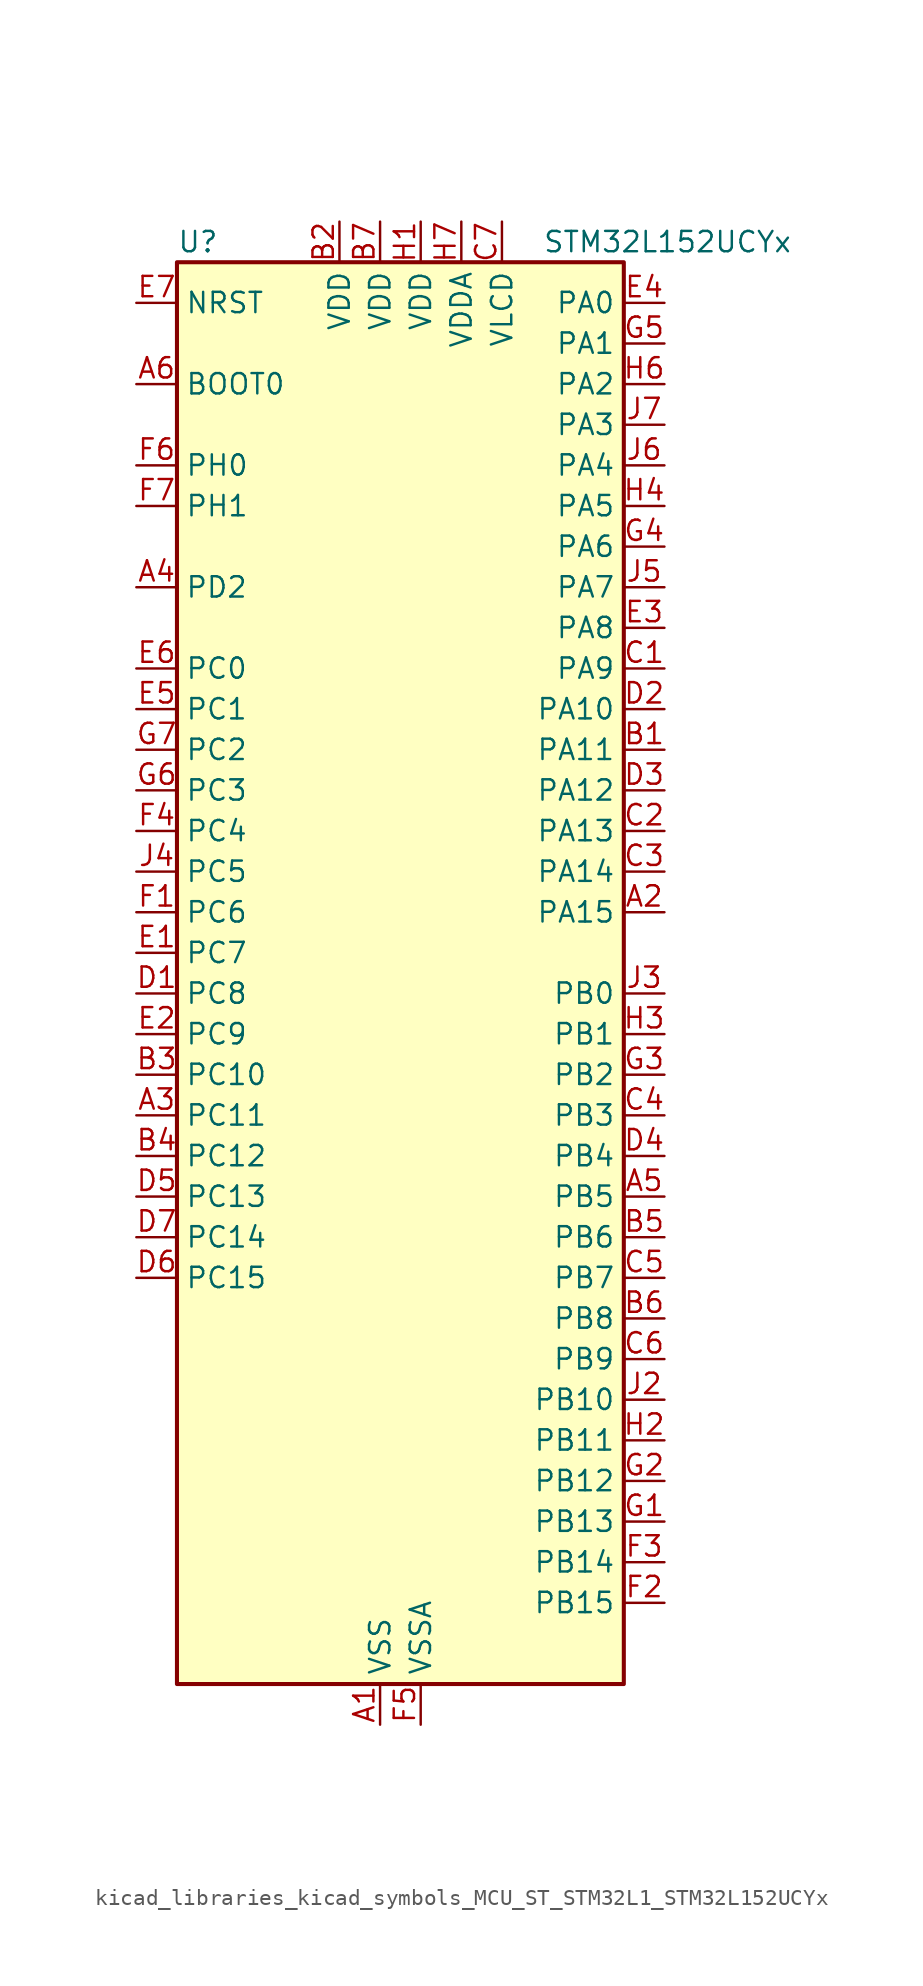
<source format=kicad_sym>
(kicad_symbol_lib
  (version 20220914)
  (generator kicad_symbol_editor)
  (symbol "kicad_libraries_kicad_symbols_MCU_ST_STM32L1_STM32L152UCYx"
    (property "Reference" "U"
      (at -12.7 46.99 0)
      (effects (font (size 1.27 1.27)) (justify left)))
    (property "Value" "STM32L152UCYx"
      (at 10.16 46.99 0)
      (effects (font (size 1.27 1.27)) (justify left)))
    (property "ki_locked" ""
      (at 0 0 0)
      (effects (font (size 1.27 1.27))))
    (symbol "kicad_libraries_kicad_symbols_MCU_ST_STM32L1_STM32L152UCYx_0_1"
      (rectangle (start -12.7 -43.18) (end 15.24 45.72) (stroke (width 0.254) (type default)) (fill (type background))))
    (symbol "kicad_libraries_kicad_symbols_MCU_ST_STM32L1_STM32L152UCYx_1_1"
      (pin power_in line (at 0 -45.72 90) (length 2.54) (name "VSS" (effects (font (size 1.27 1.27)))) (number "A1" (effects (font (size 1.27 1.27)))))
      (pin bidirectional line (at 17.78 5.08 180) (length 2.54) (name "PA15" (effects (font (size 1.27 1.27)))) (number "A2" (effects (font (size 1.27 1.27)))) (alternate "ADC_EXTI15" bidirectional line) (alternate "I2S3_WS" bidirectional line) (alternate "LCD_SEG17" bidirectional line) (alternate "SPI1_NSS" bidirectional line) (alternate "SPI3_NSS" bidirectional line) (alternate "SYS_JTDI" bidirectional line) (alternate "TIM2_CH1" bidirectional line) (alternate "TIM2_ETR" bidirectional line) (alternate "TIMX_IC4" bidirectional line) (alternate "TS_G5_IO3" bidirectional line))
      (pin bidirectional line (at -15.24 -7.62 0) (length 2.54) (name "PC11" (effects (font (size 1.27 1.27)))) (number "A3" (effects (font (size 1.27 1.27)))) (alternate "ADC_EXTI11" bidirectional line) (alternate "LCD_COM5" bidirectional line) (alternate "LCD_SEG29" bidirectional line) (alternate "SPI3_MISO" bidirectional line) (alternate "TIMX_IC4" bidirectional line) (alternate "USART3_RX" bidirectional line))
      (pin bidirectional line (at -15.24 25.4 0) (length 2.54) (name "PD2" (effects (font (size 1.27 1.27)))) (number "A4" (effects (font (size 1.27 1.27)))) (alternate "LCD_COM7" bidirectional line) (alternate "LCD_SEG31" bidirectional line) (alternate "TIM3_ETR" bidirectional line) (alternate "TIMX_IC3" bidirectional line))
      (pin bidirectional line (at 17.78 -12.7 180) (length 2.54) (name "PB5" (effects (font (size 1.27 1.27)))) (number "A5" (effects (font (size 1.27 1.27)))) (alternate "COMP2_INP" bidirectional line) (alternate "I2C1_SMBA" bidirectional line) (alternate "I2S3_SD" bidirectional line) (alternate "LCD_SEG9" bidirectional line) (alternate "SPI1_MOSI" bidirectional line) (alternate "SPI3_MOSI" bidirectional line) (alternate "TIM3_CH2" bidirectional line) (alternate "TS_G6_IO2" bidirectional line))
      (pin input line (at -15.24 38.1 0) (length 2.54) (name "BOOT0" (effects (font (size 1.27 1.27)))) (number "A6" (effects (font (size 1.27 1.27)))))
      (pin passive line (at 0 -45.72 90) (length 2.54) hide (name "VSS" (effects (font (size 1.27 1.27)))) (number "A7" (effects (font (size 1.27 1.27)))))
      (pin bidirectional line (at 17.78 15.24 180) (length 2.54) (name "PA11" (effects (font (size 1.27 1.27)))) (number "B1" (effects (font (size 1.27 1.27)))) (alternate "ADC_EXTI11" bidirectional line) (alternate "SPI1_MISO" bidirectional line) (alternate "TIMX_IC4" bidirectional line) (alternate "USART1_CTS" bidirectional line) (alternate "USB_DM" bidirectional line))
      (pin power_in line (at -2.54 48.26 270) (length 2.54) (name "VDD" (effects (font (size 1.27 1.27)))) (number "B2" (effects (font (size 1.27 1.27)))))
      (pin bidirectional line (at -15.24 -5.08 0) (length 2.54) (name "PC10" (effects (font (size 1.27 1.27)))) (number "B3" (effects (font (size 1.27 1.27)))) (alternate "I2S3_CK" bidirectional line) (alternate "LCD_COM4" bidirectional line) (alternate "LCD_SEG28" bidirectional line) (alternate "SPI3_SCK" bidirectional line) (alternate "TIMX_IC3" bidirectional line) (alternate "USART3_TX" bidirectional line))
      (pin bidirectional line (at -15.24 -10.16 0) (length 2.54) (name "PC12" (effects (font (size 1.27 1.27)))) (number "B4" (effects (font (size 1.27 1.27)))) (alternate "I2S3_SD" bidirectional line) (alternate "LCD_COM6" bidirectional line) (alternate "LCD_SEG30" bidirectional line) (alternate "SPI3_MOSI" bidirectional line) (alternate "TIMX_IC1" bidirectional line) (alternate "USART3_CK" bidirectional line))
      (pin bidirectional line (at 17.78 -15.24 180) (length 2.54) (name "PB6" (effects (font (size 1.27 1.27)))) (number "B5" (effects (font (size 1.27 1.27)))) (alternate "COMP2_INP" bidirectional line) (alternate "I2C1_SCL" bidirectional line) (alternate "TIM4_CH1" bidirectional line) (alternate "TS_G6_IO3" bidirectional line) (alternate "USART1_TX" bidirectional line))
      (pin bidirectional line (at 17.78 -20.32 180) (length 2.54) (name "PB8" (effects (font (size 1.27 1.27)))) (number "B6" (effects (font (size 1.27 1.27)))) (alternate "I2C1_SCL" bidirectional line) (alternate "LCD_SEG16" bidirectional line) (alternate "TIM10_CH1" bidirectional line) (alternate "TIM4_CH3" bidirectional line))
      (pin power_in line (at 0 48.26 270) (length 2.54) (name "VDD" (effects (font (size 1.27 1.27)))) (number "B7" (effects (font (size 1.27 1.27)))))
      (pin bidirectional line (at 17.78 20.32 180) (length 2.54) (name "PA9" (effects (font (size 1.27 1.27)))) (number "C1" (effects (font (size 1.27 1.27)))) (alternate "DAC_EXTI9" bidirectional line) (alternate "LCD_COM1" bidirectional line) (alternate "TIMX_IC2" bidirectional line) (alternate "TS_G4_IO2" bidirectional line) (alternate "USART1_TX" bidirectional line))
      (pin bidirectional line (at 17.78 10.16 180) (length 2.54) (name "PA13" (effects (font (size 1.27 1.27)))) (number "C2" (effects (font (size 1.27 1.27)))) (alternate "SYS_JTMS-SWDIO" bidirectional line) (alternate "TIMX_IC2" bidirectional line) (alternate "TS_G5_IO1" bidirectional line))
      (pin bidirectional line (at 17.78 7.62 180) (length 2.54) (name "PA14" (effects (font (size 1.27 1.27)))) (number "C3" (effects (font (size 1.27 1.27)))) (alternate "SYS_JTCK-SWCLK" bidirectional line) (alternate "TIMX_IC3" bidirectional line) (alternate "TS_G5_IO2" bidirectional line))
      (pin bidirectional line (at 17.78 -7.62 180) (length 2.54) (name "PB3" (effects (font (size 1.27 1.27)))) (number "C4" (effects (font (size 1.27 1.27)))) (alternate "COMP2_INM" bidirectional line) (alternate "I2S3_CK" bidirectional line) (alternate "LCD_SEG7" bidirectional line) (alternate "SPI1_SCK" bidirectional line) (alternate "SPI3_SCK" bidirectional line) (alternate "SYS_JTDO-TRACESWO" bidirectional line) (alternate "TIM2_CH2" bidirectional line))
      (pin bidirectional line (at 17.78 -17.78 180) (length 2.54) (name "PB7" (effects (font (size 1.27 1.27)))) (number "C5" (effects (font (size 1.27 1.27)))) (alternate "COMP2_INP" bidirectional line) (alternate "I2C1_SDA" bidirectional line) (alternate "SYS_PVD_IN" bidirectional line) (alternate "TIM4_CH2" bidirectional line) (alternate "TS_G6_IO4" bidirectional line) (alternate "USART1_RX" bidirectional line))
      (pin bidirectional line (at 17.78 -22.86 180) (length 2.54) (name "PB9" (effects (font (size 1.27 1.27)))) (number "C6" (effects (font (size 1.27 1.27)))) (alternate "DAC_EXTI9" bidirectional line) (alternate "I2C1_SDA" bidirectional line) (alternate "LCD_COM3" bidirectional line) (alternate "TIM11_CH1" bidirectional line) (alternate "TIM4_CH4" bidirectional line))
      (pin power_in line (at 7.62 48.26 270) (length 2.54) (name "VLCD" (effects (font (size 1.27 1.27)))) (number "C7" (effects (font (size 1.27 1.27)))))
      (pin bidirectional line (at -15.24 0 0) (length 2.54) (name "PC8" (effects (font (size 1.27 1.27)))) (number "D1" (effects (font (size 1.27 1.27)))) (alternate "LCD_SEG26" bidirectional line) (alternate "TIM3_CH3" bidirectional line) (alternate "TIMX_IC1" bidirectional line) (alternate "TS_G10_IO3" bidirectional line))
      (pin bidirectional line (at 17.78 17.78 180) (length 2.54) (name "PA10" (effects (font (size 1.27 1.27)))) (number "D2" (effects (font (size 1.27 1.27)))) (alternate "LCD_COM2" bidirectional line) (alternate "TIMX_IC3" bidirectional line) (alternate "TS_G4_IO3" bidirectional line) (alternate "USART1_RX" bidirectional line))
      (pin bidirectional line (at 17.78 12.7 180) (length 2.54) (name "PA12" (effects (font (size 1.27 1.27)))) (number "D3" (effects (font (size 1.27 1.27)))) (alternate "SPI1_MOSI" bidirectional line) (alternate "TIMX_IC1" bidirectional line) (alternate "USART1_RTS" bidirectional line) (alternate "USB_DP" bidirectional line))
      (pin bidirectional line (at 17.78 -10.16 180) (length 2.54) (name "PB4" (effects (font (size 1.27 1.27)))) (number "D4" (effects (font (size 1.27 1.27)))) (alternate "COMP2_INP" bidirectional line) (alternate "LCD_SEG8" bidirectional line) (alternate "SPI1_MISO" bidirectional line) (alternate "SPI3_MISO" bidirectional line) (alternate "SYS_JTRST" bidirectional line) (alternate "TIM3_CH1" bidirectional line) (alternate "TS_G6_IO1" bidirectional line))
      (pin bidirectional line (at -15.24 -12.7 0) (length 2.54) (name "PC13" (effects (font (size 1.27 1.27)))) (number "D5" (effects (font (size 1.27 1.27)))) (alternate "RTC_OUT_ALARM" bidirectional line) (alternate "RTC_OUT_CALIB" bidirectional line) (alternate "RTC_TAMP1" bidirectional line) (alternate "RTC_TS" bidirectional line) (alternate "SYS_WKUP2" bidirectional line) (alternate "TIMX_IC2" bidirectional line))
      (pin bidirectional line (at -15.24 -17.78 0) (length 2.54) (name "PC15" (effects (font (size 1.27 1.27)))) (number "D6" (effects (font (size 1.27 1.27)))) (alternate "ADC_EXTI15" bidirectional line) (alternate "RCC_OSC32_OUT" bidirectional line) (alternate "TIMX_IC4" bidirectional line))
      (pin bidirectional line (at -15.24 -15.24 0) (length 2.54) (name "PC14" (effects (font (size 1.27 1.27)))) (number "D7" (effects (font (size 1.27 1.27)))) (alternate "RCC_OSC32_IN" bidirectional line) (alternate "TIMX_IC3" bidirectional line))
      (pin bidirectional line (at -15.24 2.54 0) (length 2.54) (name "PC7" (effects (font (size 1.27 1.27)))) (number "E1" (effects (font (size 1.27 1.27)))) (alternate "I2S3_MCK" bidirectional line) (alternate "LCD_SEG25" bidirectional line) (alternate "TIM3_CH2" bidirectional line) (alternate "TIMX_IC4" bidirectional line) (alternate "TS_G10_IO2" bidirectional line))
      (pin bidirectional line (at -15.24 -2.54 0) (length 2.54) (name "PC9" (effects (font (size 1.27 1.27)))) (number "E2" (effects (font (size 1.27 1.27)))) (alternate "DAC_EXTI9" bidirectional line) (alternate "LCD_SEG27" bidirectional line) (alternate "TIM3_CH4" bidirectional line) (alternate "TIMX_IC2" bidirectional line) (alternate "TS_G10_IO4" bidirectional line))
      (pin bidirectional line (at 17.78 22.86 180) (length 2.54) (name "PA8" (effects (font (size 1.27 1.27)))) (number "E3" (effects (font (size 1.27 1.27)))) (alternate "LCD_COM0" bidirectional line) (alternate "RCC_MCO" bidirectional line) (alternate "TIMX_IC1" bidirectional line) (alternate "TS_G4_IO1" bidirectional line) (alternate "USART1_CK" bidirectional line))
      (pin bidirectional line (at 17.78 43.18 180) (length 2.54) (name "PA0" (effects (font (size 1.27 1.27)))) (number "E4" (effects (font (size 1.27 1.27)))) (alternate "ADC_IN0" bidirectional line) (alternate "COMP1_INP" bidirectional line) (alternate "RTC_TAMP2" bidirectional line) (alternate "SYS_WKUP1" bidirectional line) (alternate "TIM2_CH1" bidirectional line) (alternate "TIM2_ETR" bidirectional line) (alternate "TIM5_CH1" bidirectional line) (alternate "TIMX_IC1" bidirectional line) (alternate "TS_G1_IO1" bidirectional line) (alternate "USART2_CTS" bidirectional line))
      (pin bidirectional line (at -15.24 17.78 0) (length 2.54) (name "PC1" (effects (font (size 1.27 1.27)))) (number "E5" (effects (font (size 1.27 1.27)))) (alternate "ADC_IN11" bidirectional line) (alternate "COMP1_INP" bidirectional line) (alternate "LCD_SEG19" bidirectional line) (alternate "TIMX_IC2" bidirectional line) (alternate "TS_G8_IO2" bidirectional line))
      (pin bidirectional line (at -15.24 20.32 0) (length 2.54) (name "PC0" (effects (font (size 1.27 1.27)))) (number "E6" (effects (font (size 1.27 1.27)))) (alternate "ADC_IN10" bidirectional line) (alternate "COMP1_INP" bidirectional line) (alternate "LCD_SEG18" bidirectional line) (alternate "TIMX_IC1" bidirectional line) (alternate "TS_G8_IO1" bidirectional line))
      (pin input line (at -15.24 43.18 0) (length 2.54) (name "NRST" (effects (font (size 1.27 1.27)))) (number "E7" (effects (font (size 1.27 1.27)))))
      (pin bidirectional line (at -15.24 5.08 0) (length 2.54) (name "PC6" (effects (font (size 1.27 1.27)))) (number "F1" (effects (font (size 1.27 1.27)))) (alternate "I2S2_MCK" bidirectional line) (alternate "LCD_SEG24" bidirectional line) (alternate "TIM3_CH1" bidirectional line) (alternate "TIMX_IC3" bidirectional line) (alternate "TS_G10_IO1" bidirectional line))
      (pin bidirectional line (at 17.78 -38.1 180) (length 2.54) (name "PB15" (effects (font (size 1.27 1.27)))) (number "F2" (effects (font (size 1.27 1.27)))) (alternate "ADC_EXTI15" bidirectional line) (alternate "ADC_IN21" bidirectional line) (alternate "COMP1_INP" bidirectional line) (alternate "I2S2_SD" bidirectional line) (alternate "LCD_SEG15" bidirectional line) (alternate "RTC_REFIN" bidirectional line) (alternate "SPI2_MOSI" bidirectional line) (alternate "TIM11_CH1" bidirectional line) (alternate "TS_G7_IO4" bidirectional line))
      (pin bidirectional line (at 17.78 -35.56 180) (length 2.54) (name "PB14" (effects (font (size 1.27 1.27)))) (number "F3" (effects (font (size 1.27 1.27)))) (alternate "ADC_IN20" bidirectional line) (alternate "COMP1_INP" bidirectional line) (alternate "LCD_SEG14" bidirectional line) (alternate "SPI2_MISO" bidirectional line) (alternate "TIM9_CH2" bidirectional line) (alternate "TS_G7_IO3" bidirectional line) (alternate "USART3_RTS" bidirectional line))
      (pin bidirectional line (at -15.24 10.16 0) (length 2.54) (name "PC4" (effects (font (size 1.27 1.27)))) (number "F4" (effects (font (size 1.27 1.27)))) (alternate "ADC_IN14" bidirectional line) (alternate "COMP1_INP" bidirectional line) (alternate "LCD_SEG22" bidirectional line) (alternate "TIMX_IC1" bidirectional line) (alternate "TS_G9_IO1" bidirectional line))
      (pin power_in line (at 2.54 -45.72 90) (length 2.54) (name "VSSA" (effects (font (size 1.27 1.27)))) (number "F5" (effects (font (size 1.27 1.27)))))
      (pin bidirectional line (at -15.24 33.02 0) (length 2.54) (name "PH0" (effects (font (size 1.27 1.27)))) (number "F6" (effects (font (size 1.27 1.27)))) (alternate "RCC_OSC_IN" bidirectional line))
      (pin bidirectional line (at -15.24 30.48 0) (length 2.54) (name "PH1" (effects (font (size 1.27 1.27)))) (number "F7" (effects (font (size 1.27 1.27)))) (alternate "RCC_OSC_OUT" bidirectional line))
      (pin bidirectional line (at 17.78 -33.02 180) (length 2.54) (name "PB13" (effects (font (size 1.27 1.27)))) (number "G1" (effects (font (size 1.27 1.27)))) (alternate "ADC_IN19" bidirectional line) (alternate "COMP1_INP" bidirectional line) (alternate "I2S2_CK" bidirectional line) (alternate "LCD_SEG13" bidirectional line) (alternate "SPI2_SCK" bidirectional line) (alternate "TIM9_CH1" bidirectional line) (alternate "TS_G7_IO2" bidirectional line) (alternate "USART3_CTS" bidirectional line))
      (pin bidirectional line (at 17.78 -30.48 180) (length 2.54) (name "PB12" (effects (font (size 1.27 1.27)))) (number "G2" (effects (font (size 1.27 1.27)))) (alternate "ADC_IN18" bidirectional line) (alternate "COMP1_INP" bidirectional line) (alternate "I2C2_SMBA" bidirectional line) (alternate "I2S2_WS" bidirectional line) (alternate "LCD_SEG12" bidirectional line) (alternate "SPI2_NSS" bidirectional line) (alternate "TIM10_CH1" bidirectional line) (alternate "TS_G7_IO1" bidirectional line) (alternate "USART3_CK" bidirectional line))
      (pin bidirectional line (at 17.78 -5.08 180) (length 2.54) (name "PB2" (effects (font (size 1.27 1.27)))) (number "G3" (effects (font (size 1.27 1.27)))) (alternate "TS_G3_IO3" bidirectional line))
      (pin bidirectional line (at 17.78 27.94 180) (length 2.54) (name "PA6" (effects (font (size 1.27 1.27)))) (number "G4" (effects (font (size 1.27 1.27)))) (alternate "ADC_IN6" bidirectional line) (alternate "COMP1_INP" bidirectional line) (alternate "LCD_SEG3" bidirectional line) (alternate "OPAMP2_VINP" bidirectional line) (alternate "SPI1_MISO" bidirectional line) (alternate "TIM10_CH1" bidirectional line) (alternate "TIM3_CH1" bidirectional line) (alternate "TIMX_IC3" bidirectional line) (alternate "TS_G2_IO1" bidirectional line))
      (pin bidirectional line (at 17.78 40.64 180) (length 2.54) (name "PA1" (effects (font (size 1.27 1.27)))) (number "G5" (effects (font (size 1.27 1.27)))) (alternate "ADC_IN1" bidirectional line) (alternate "COMP1_INP" bidirectional line) (alternate "LCD_SEG0" bidirectional line) (alternate "OPAMP1_VINP" bidirectional line) (alternate "TIM2_CH2" bidirectional line) (alternate "TIM5_CH2" bidirectional line) (alternate "TIMX_IC2" bidirectional line) (alternate "TS_G1_IO2" bidirectional line) (alternate "USART2_RTS" bidirectional line))
      (pin bidirectional line (at -15.24 12.7 0) (length 2.54) (name "PC3" (effects (font (size 1.27 1.27)))) (number "G6" (effects (font (size 1.27 1.27)))) (alternate "ADC_IN13" bidirectional line) (alternate "COMP1_INP" bidirectional line) (alternate "LCD_SEG21" bidirectional line) (alternate "TIMX_IC4" bidirectional line) (alternate "TS_G8_IO4" bidirectional line))
      (pin bidirectional line (at -15.24 15.24 0) (length 2.54) (name "PC2" (effects (font (size 1.27 1.27)))) (number "G7" (effects (font (size 1.27 1.27)))) (alternate "ADC_IN12" bidirectional line) (alternate "COMP1_INP" bidirectional line) (alternate "LCD_SEG20" bidirectional line) (alternate "TIMX_IC3" bidirectional line) (alternate "TS_G8_IO3" bidirectional line))
      (pin power_in line (at 2.54 48.26 270) (length 2.54) (name "VDD" (effects (font (size 1.27 1.27)))) (number "H1" (effects (font (size 1.27 1.27)))))
      (pin bidirectional line (at 17.78 -27.94 180) (length 2.54) (name "PB11" (effects (font (size 1.27 1.27)))) (number "H2" (effects (font (size 1.27 1.27)))) (alternate "ADC_EXTI11" bidirectional line) (alternate "I2C2_SDA" bidirectional line) (alternate "LCD_SEG11" bidirectional line) (alternate "TIM2_CH4" bidirectional line) (alternate "USART3_RX" bidirectional line))
      (pin bidirectional line (at 17.78 -2.54 180) (length 2.54) (name "PB1" (effects (font (size 1.27 1.27)))) (number "H3" (effects (font (size 1.27 1.27)))) (alternate "ADC_IN9" bidirectional line) (alternate "COMP1_INP" bidirectional line) (alternate "LCD_SEG6" bidirectional line) (alternate "SYS_V_REF_OUT" bidirectional line) (alternate "TIM3_CH4" bidirectional line) (alternate "TS_G3_IO2" bidirectional line))
      (pin bidirectional line (at 17.78 30.48 180) (length 2.54) (name "PA5" (effects (font (size 1.27 1.27)))) (number "H4" (effects (font (size 1.27 1.27)))) (alternate "ADC_IN5" bidirectional line) (alternate "COMP1_INP" bidirectional line) (alternate "DAC_OUT2" bidirectional line) (alternate "SPI1_SCK" bidirectional line) (alternate "TIM2_CH1" bidirectional line) (alternate "TIM2_ETR" bidirectional line) (alternate "TIMX_IC2" bidirectional line))
      (pin passive line (at 0 -45.72 90) (length 2.54) hide (name "VSS" (effects (font (size 1.27 1.27)))) (number "H5" (effects (font (size 1.27 1.27)))))
      (pin bidirectional line (at 17.78 38.1 180) (length 2.54) (name "PA2" (effects (font (size 1.27 1.27)))) (number "H6" (effects (font (size 1.27 1.27)))) (alternate "ADC_IN2" bidirectional line) (alternate "COMP1_INP" bidirectional line) (alternate "LCD_SEG1" bidirectional line) (alternate "OPAMP1_VINM" bidirectional line) (alternate "TIM2_CH3" bidirectional line) (alternate "TIM5_CH3" bidirectional line) (alternate "TIM9_CH1" bidirectional line) (alternate "TIMX_IC3" bidirectional line) (alternate "TS_G1_IO3" bidirectional line) (alternate "USART2_TX" bidirectional line))
      (pin power_in line (at 5.08 48.26 270) (length 2.54) (name "VDDA" (effects (font (size 1.27 1.27)))) (number "H7" (effects (font (size 1.27 1.27)))))
      (pin passive line (at 0 -45.72 90) (length 2.54) hide (name "VSS" (effects (font (size 1.27 1.27)))) (number "J1" (effects (font (size 1.27 1.27)))))
      (pin bidirectional line (at 17.78 -25.4 180) (length 2.54) (name "PB10" (effects (font (size 1.27 1.27)))) (number "J2" (effects (font (size 1.27 1.27)))) (alternate "I2C2_SCL" bidirectional line) (alternate "LCD_SEG10" bidirectional line) (alternate "TIM2_CH3" bidirectional line) (alternate "USART3_TX" bidirectional line))
      (pin bidirectional line (at 17.78 0 180) (length 2.54) (name "PB0" (effects (font (size 1.27 1.27)))) (number "J3" (effects (font (size 1.27 1.27)))) (alternate "ADC_IN8" bidirectional line) (alternate "COMP1_INP" bidirectional line) (alternate "LCD_SEG5" bidirectional line) (alternate "OPAMP2_VOUT" bidirectional line) (alternate "SYS_V_REF_OUT" bidirectional line) (alternate "TIM3_CH3" bidirectional line) (alternate "TS_G3_IO1" bidirectional line))
      (pin bidirectional line (at -15.24 7.62 0) (length 2.54) (name "PC5" (effects (font (size 1.27 1.27)))) (number "J4" (effects (font (size 1.27 1.27)))) (alternate "ADC_IN15" bidirectional line) (alternate "COMP1_INP" bidirectional line) (alternate "LCD_SEG23" bidirectional line) (alternate "TIMX_IC2" bidirectional line) (alternate "TS_G9_IO2" bidirectional line))
      (pin bidirectional line (at 17.78 25.4 180) (length 2.54) (name "PA7" (effects (font (size 1.27 1.27)))) (number "J5" (effects (font (size 1.27 1.27)))) (alternate "ADC_IN7" bidirectional line) (alternate "COMP1_INP" bidirectional line) (alternate "LCD_SEG4" bidirectional line) (alternate "OPAMP2_VINM" bidirectional line) (alternate "SPI1_MOSI" bidirectional line) (alternate "TIM11_CH1" bidirectional line) (alternate "TIM3_CH2" bidirectional line) (alternate "TIMX_IC4" bidirectional line) (alternate "TS_G2_IO2" bidirectional line))
      (pin bidirectional line (at 17.78 33.02 180) (length 2.54) (name "PA4" (effects (font (size 1.27 1.27)))) (number "J6" (effects (font (size 1.27 1.27)))) (alternate "ADC_IN4" bidirectional line) (alternate "COMP1_INP" bidirectional line) (alternate "DAC_OUT1" bidirectional line) (alternate "I2S3_WS" bidirectional line) (alternate "SPI1_NSS" bidirectional line) (alternate "SPI3_NSS" bidirectional line) (alternate "TIMX_IC1" bidirectional line) (alternate "USART2_CK" bidirectional line))
      (pin bidirectional line (at 17.78 35.56 180) (length 2.54) (name "PA3" (effects (font (size 1.27 1.27)))) (number "J7" (effects (font (size 1.27 1.27)))) (alternate "ADC_IN3" bidirectional line) (alternate "COMP1_INP" bidirectional line) (alternate "LCD_SEG2" bidirectional line) (alternate "OPAMP1_VOUT" bidirectional line) (alternate "TIM2_CH4" bidirectional line) (alternate "TIM5_CH4" bidirectional line) (alternate "TIM9_CH2" bidirectional line) (alternate "TIMX_IC4" bidirectional line) (alternate "TS_G1_IO4" bidirectional line) (alternate "USART2_RX" bidirectional line)))))
</source>
